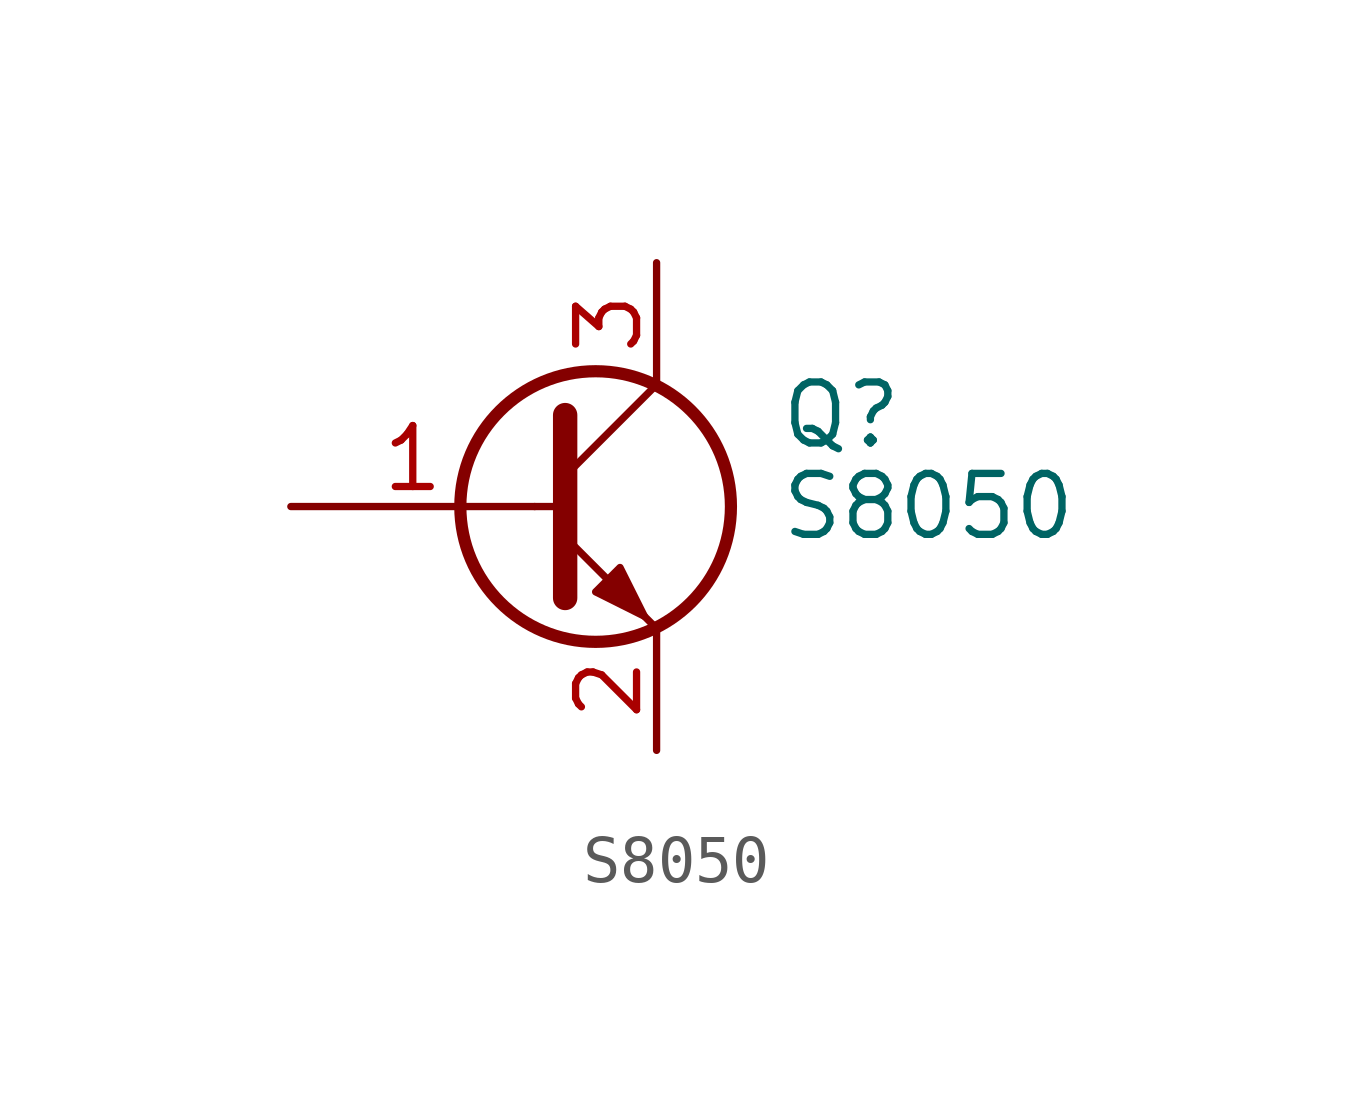
<source format=kicad_sym>
(kicad_symbol_lib
  (version 20241209)
  (generator "kicad_symbol_editor")
  (generator_version "9.0")
  (symbol "S8050"
    (pin_names
      (offset 0)
      (hide yes))
    (property "Reference" "Q"
      (at 5.08 1.905 0)
      (effects (font (size 1.27 1.27)) (justify left)))
    (property "Value" "S8050"
      (at 5.08 0 0)
      (effects (font (size 1.27 1.27)) (justify left)))
    (symbol "S8050_0_1"
      (polyline (pts (xy 0 0) (xy 0.635 0)) (stroke (width 0) (type default)) (fill (type none)))
      (polyline (pts (xy 0.635 1.905) (xy 0.635 -1.905) (xy 0.635 -1.905)) (stroke (width 0.508) (type default)) (fill (type none)))
      (polyline (pts (xy 0.635 0.635) (xy 2.54 2.54)) (stroke (width 0) (type default)) (fill (type none)))
      (polyline (pts (xy 0.635 -0.635) (xy 2.54 -2.54) (xy 2.54 -2.54)) (stroke (width 0) (type default)) (fill (type none)))
      (circle (center 1.27 0) (radius 2.819) (stroke (width 0.254) (type default)) (fill (type none)))
      (polyline (pts (xy 1.27 -1.778) (xy 1.778 -1.27) (xy 2.286 -2.286) (xy 1.27 -1.778) (xy 1.27 -1.778)) (stroke (width 0) (type default)) (fill (type outline))))
    (symbol "S8050_1_1"
      (pin input line (at -5.08 0 0) (length 5.08) (name "B" (effects (font (size 1.27 1.27)))) (number "1" (effects (font (size 1.27 1.27)))))
      (pin passive line (at 2.54 5.08 270) (length 2.54) (name "C" (effects (font (size 1.27 1.27)))) (number "3" (effects (font (size 1.27 1.27)))))
      (pin passive line (at 2.54 -5.08 90) (length 2.54) (name "E" (effects (font (size 1.27 1.27)))) (number "2" (effects (font (size 1.27 1.27))))))))
</source>
